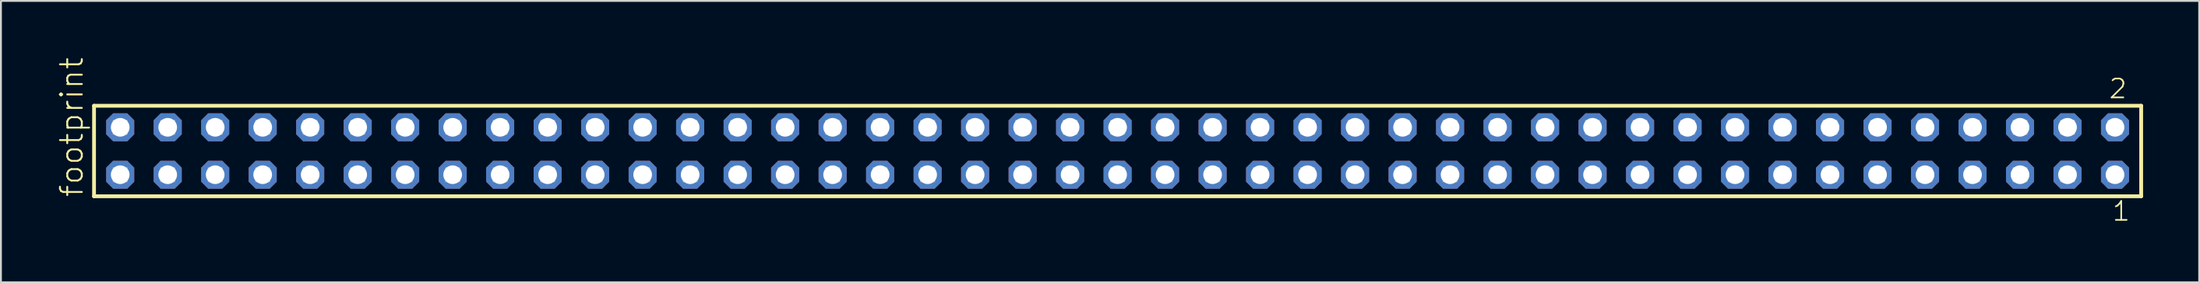
<source format=kicad_pcb>
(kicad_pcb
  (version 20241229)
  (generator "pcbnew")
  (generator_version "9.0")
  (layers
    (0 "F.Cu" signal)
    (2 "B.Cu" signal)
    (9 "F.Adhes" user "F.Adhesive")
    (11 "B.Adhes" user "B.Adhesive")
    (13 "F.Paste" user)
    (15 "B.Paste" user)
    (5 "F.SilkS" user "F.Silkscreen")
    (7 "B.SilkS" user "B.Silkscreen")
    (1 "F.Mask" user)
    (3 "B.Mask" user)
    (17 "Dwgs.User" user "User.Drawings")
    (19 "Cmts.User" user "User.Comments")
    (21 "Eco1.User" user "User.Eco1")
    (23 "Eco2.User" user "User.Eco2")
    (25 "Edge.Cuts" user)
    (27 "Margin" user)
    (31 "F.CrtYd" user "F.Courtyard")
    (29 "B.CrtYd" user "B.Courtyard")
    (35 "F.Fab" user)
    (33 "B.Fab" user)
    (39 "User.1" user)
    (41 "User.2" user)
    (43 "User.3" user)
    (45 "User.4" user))
  (footprint "footprint"
    (layer "F.Cu")
    (at 56.718 5.042)
    (property "Reference" "footprint" (at -55.245 2.54 90) (layer "F.SilkS") (effects (font (size 1.168 1.168) (thickness 0.102)) (justify left bottom)))
    (fp_line (start -54.739 -2.425) (end 54.739 -2.425) (stroke (width 0.203) (type solid)) (layer "F.SilkS"))
    (fp_line (start -54.739 2.425) (end -54.739 -2.425) (stroke (width 0.203) (type solid)) (layer "F.SilkS"))
    (fp_line (start 54.739 -2.425) (end 54.739 2.425) (stroke (width 0.203) (type solid)) (layer "F.SilkS"))
    (fp_line (start 54.739 2.425) (end -54.739 2.425) (stroke (width 0.203) (type solid)) (layer "F.SilkS"))
    (fp_poly (pts (xy -53.69 -0.92) (xy -52.99 -0.92) (xy -52.99 -1.62) (xy -53.69 -1.62)) (stroke (width 0.1) (type solid)) (fill no) (layer "F.Fab"))
    (fp_poly (pts (xy -53.69 1.62) (xy -52.99 1.62) (xy -52.99 0.92) (xy -53.69 0.92)) (stroke (width 0.1) (type solid)) (fill no) (layer "F.Fab"))
    (fp_poly (pts (xy -51.15 -0.92) (xy -50.45 -0.92) (xy -50.45 -1.62) (xy -51.15 -1.62)) (stroke (width 0.1) (type solid)) (fill no) (layer "F.Fab"))
    (fp_poly (pts (xy -51.15 1.62) (xy -50.45 1.62) (xy -50.45 0.92) (xy -51.15 0.92)) (stroke (width 0.1) (type solid)) (fill no) (layer "F.Fab"))
    (fp_poly (pts (xy -48.61 -0.92) (xy -47.91 -0.92) (xy -47.91 -1.62) (xy -48.61 -1.62)) (stroke (width 0.1) (type solid)) (fill no) (layer "F.Fab"))
    (fp_poly (pts (xy -48.61 1.62) (xy -47.91 1.62) (xy -47.91 0.92) (xy -48.61 0.92)) (stroke (width 0.1) (type solid)) (fill no) (layer "F.Fab"))
    (fp_poly (pts (xy -46.07 -0.92) (xy -45.37 -0.92) (xy -45.37 -1.62) (xy -46.07 -1.62)) (stroke (width 0.1) (type solid)) (fill no) (layer "F.Fab"))
    (fp_poly (pts (xy -46.07 1.62) (xy -45.37 1.62) (xy -45.37 0.92) (xy -46.07 0.92)) (stroke (width 0.1) (type solid)) (fill no) (layer "F.Fab"))
    (fp_poly (pts (xy -43.53 -0.92) (xy -42.83 -0.92) (xy -42.83 -1.62) (xy -43.53 -1.62)) (stroke (width 0.1) (type solid)) (fill no) (layer "F.Fab"))
    (fp_poly (pts (xy -43.53 1.62) (xy -42.83 1.62) (xy -42.83 0.92) (xy -43.53 0.92)) (stroke (width 0.1) (type solid)) (fill no) (layer "F.Fab"))
    (fp_poly (pts (xy -40.99 -0.92) (xy -40.29 -0.92) (xy -40.29 -1.62) (xy -40.99 -1.62)) (stroke (width 0.1) (type solid)) (fill no) (layer "F.Fab"))
    (fp_poly (pts (xy -40.99 1.62) (xy -40.29 1.62) (xy -40.29 0.92) (xy -40.99 0.92)) (stroke (width 0.1) (type solid)) (fill no) (layer "F.Fab"))
    (fp_poly (pts (xy -38.45 -0.92) (xy -37.75 -0.92) (xy -37.75 -1.62) (xy -38.45 -1.62)) (stroke (width 0.1) (type solid)) (fill no) (layer "F.Fab"))
    (fp_poly (pts (xy -38.45 1.62) (xy -37.75 1.62) (xy -37.75 0.92) (xy -38.45 0.92)) (stroke (width 0.1) (type solid)) (fill no) (layer "F.Fab"))
    (fp_poly (pts (xy -35.91 -0.92) (xy -35.21 -0.92) (xy -35.21 -1.62) (xy -35.91 -1.62)) (stroke (width 0.1) (type solid)) (fill no) (layer "F.Fab"))
    (fp_poly (pts (xy -35.91 1.62) (xy -35.21 1.62) (xy -35.21 0.92) (xy -35.91 0.92)) (stroke (width 0.1) (type solid)) (fill no) (layer "F.Fab"))
    (fp_poly (pts (xy -33.37 -0.92) (xy -32.67 -0.92) (xy -32.67 -1.62) (xy -33.37 -1.62)) (stroke (width 0.1) (type solid)) (fill no) (layer "F.Fab"))
    (fp_poly (pts (xy -33.37 1.62) (xy -32.67 1.62) (xy -32.67 0.92) (xy -33.37 0.92)) (stroke (width 0.1) (type solid)) (fill no) (layer "F.Fab"))
    (fp_poly (pts (xy -30.83 -0.92) (xy -30.13 -0.92) (xy -30.13 -1.62) (xy -30.83 -1.62)) (stroke (width 0.1) (type solid)) (fill no) (layer "F.Fab"))
    (fp_poly (pts (xy -30.83 1.62) (xy -30.13 1.62) (xy -30.13 0.92) (xy -30.83 0.92)) (stroke (width 0.1) (type solid)) (fill no) (layer "F.Fab"))
    (fp_poly (pts (xy -28.29 -0.92) (xy -27.59 -0.92) (xy -27.59 -1.62) (xy -28.29 -1.62)) (stroke (width 0.1) (type solid)) (fill no) (layer "F.Fab"))
    (fp_poly (pts (xy -28.29 1.62) (xy -27.59 1.62) (xy -27.59 0.92) (xy -28.29 0.92)) (stroke (width 0.1) (type solid)) (fill no) (layer "F.Fab"))
    (fp_poly (pts (xy -25.75 -0.92) (xy -25.05 -0.92) (xy -25.05 -1.62) (xy -25.75 -1.62)) (stroke (width 0.1) (type solid)) (fill no) (layer "F.Fab"))
    (fp_poly (pts (xy -25.75 1.62) (xy -25.05 1.62) (xy -25.05 0.92) (xy -25.75 0.92)) (stroke (width 0.1) (type solid)) (fill no) (layer "F.Fab"))
    (fp_poly (pts (xy -23.21 -0.92) (xy -22.51 -0.92) (xy -22.51 -1.62) (xy -23.21 -1.62)) (stroke (width 0.1) (type solid)) (fill no) (layer "F.Fab"))
    (fp_poly (pts (xy -23.21 1.62) (xy -22.51 1.62) (xy -22.51 0.92) (xy -23.21 0.92)) (stroke (width 0.1) (type solid)) (fill no) (layer "F.Fab"))
    (fp_poly (pts (xy -20.67 -0.92) (xy -19.97 -0.92) (xy -19.97 -1.62) (xy -20.67 -1.62)) (stroke (width 0.1) (type solid)) (fill no) (layer "F.Fab"))
    (fp_poly (pts (xy -20.67 1.62) (xy -19.97 1.62) (xy -19.97 0.92) (xy -20.67 0.92)) (stroke (width 0.1) (type solid)) (fill no) (layer "F.Fab"))
    (fp_poly (pts (xy -18.13 -0.92) (xy -17.43 -0.92) (xy -17.43 -1.62) (xy -18.13 -1.62)) (stroke (width 0.1) (type solid)) (fill no) (layer "F.Fab"))
    (fp_poly (pts (xy -18.13 1.62) (xy -17.43 1.62) (xy -17.43 0.92) (xy -18.13 0.92)) (stroke (width 0.1) (type solid)) (fill no) (layer "F.Fab"))
    (fp_poly (pts (xy -15.59 -0.92) (xy -14.89 -0.92) (xy -14.89 -1.62) (xy -15.59 -1.62)) (stroke (width 0.1) (type solid)) (fill no) (layer "F.Fab"))
    (fp_poly (pts (xy -15.59 1.62) (xy -14.89 1.62) (xy -14.89 0.92) (xy -15.59 0.92)) (stroke (width 0.1) (type solid)) (fill no) (layer "F.Fab"))
    (fp_poly (pts (xy -13.05 -0.92) (xy -12.35 -0.92) (xy -12.35 -1.62) (xy -13.05 -1.62)) (stroke (width 0.1) (type solid)) (fill no) (layer "F.Fab"))
    (fp_poly (pts (xy -13.05 1.62) (xy -12.35 1.62) (xy -12.35 0.92) (xy -13.05 0.92)) (stroke (width 0.1) (type solid)) (fill no) (layer "F.Fab"))
    (fp_poly (pts (xy -10.51 -0.92) (xy -9.81 -0.92) (xy -9.81 -1.62) (xy -10.51 -1.62)) (stroke (width 0.1) (type solid)) (fill no) (layer "F.Fab"))
    (fp_poly (pts (xy -10.51 1.62) (xy -9.81 1.62) (xy -9.81 0.92) (xy -10.51 0.92)) (stroke (width 0.1) (type solid)) (fill no) (layer "F.Fab"))
    (fp_poly (pts (xy -7.97 -0.92) (xy -7.27 -0.92) (xy -7.27 -1.62) (xy -7.97 -1.62)) (stroke (width 0.1) (type solid)) (fill no) (layer "F.Fab"))
    (fp_poly (pts (xy -7.97 1.62) (xy -7.27 1.62) (xy -7.27 0.92) (xy -7.97 0.92)) (stroke (width 0.1) (type solid)) (fill no) (layer "F.Fab"))
    (fp_poly (pts (xy -5.43 -0.92) (xy -4.73 -0.92) (xy -4.73 -1.62) (xy -5.43 -1.62)) (stroke (width 0.1) (type solid)) (fill no) (layer "F.Fab"))
    (fp_poly (pts (xy -5.43 1.62) (xy -4.73 1.62) (xy -4.73 0.92) (xy -5.43 0.92)) (stroke (width 0.1) (type solid)) (fill no) (layer "F.Fab"))
    (fp_poly (pts (xy -2.89 -0.92) (xy -2.19 -0.92) (xy -2.19 -1.62) (xy -2.89 -1.62)) (stroke (width 0.1) (type solid)) (fill no) (layer "F.Fab"))
    (fp_poly (pts (xy -2.89 1.62) (xy -2.19 1.62) (xy -2.19 0.92) (xy -2.89 0.92)) (stroke (width 0.1) (type solid)) (fill no) (layer "F.Fab"))
    (fp_poly (pts (xy -0.35 -0.92) (xy 0.35 -0.92) (xy 0.35 -1.62) (xy -0.35 -1.62)) (stroke (width 0.1) (type solid)) (fill no) (layer "F.Fab"))
    (fp_poly (pts (xy -0.35 1.62) (xy 0.35 1.62) (xy 0.35 0.92) (xy -0.35 0.92)) (stroke (width 0.1) (type solid)) (fill no) (layer "F.Fab"))
    (fp_poly (pts (xy 2.19 -0.92) (xy 2.89 -0.92) (xy 2.89 -1.62) (xy 2.19 -1.62)) (stroke (width 0.1) (type solid)) (fill no) (layer "F.Fab"))
    (fp_poly (pts (xy 2.19 1.62) (xy 2.89 1.62) (xy 2.89 0.92) (xy 2.19 0.92)) (stroke (width 0.1) (type solid)) (fill no) (layer "F.Fab"))
    (fp_poly (pts (xy 4.73 -0.92) (xy 5.43 -0.92) (xy 5.43 -1.62) (xy 4.73 -1.62)) (stroke (width 0.1) (type solid)) (fill no) (layer "F.Fab"))
    (fp_poly (pts (xy 4.73 1.62) (xy 5.43 1.62) (xy 5.43 0.92) (xy 4.73 0.92)) (stroke (width 0.1) (type solid)) (fill no) (layer "F.Fab"))
    (fp_poly (pts (xy 7.27 -0.92) (xy 7.97 -0.92) (xy 7.97 -1.62) (xy 7.27 -1.62)) (stroke (width 0.1) (type solid)) (fill no) (layer "F.Fab"))
    (fp_poly (pts (xy 7.27 1.62) (xy 7.97 1.62) (xy 7.97 0.92) (xy 7.27 0.92)) (stroke (width 0.1) (type solid)) (fill no) (layer "F.Fab"))
    (fp_poly (pts (xy 9.81 -0.92) (xy 10.51 -0.92) (xy 10.51 -1.62) (xy 9.81 -1.62)) (stroke (width 0.1) (type solid)) (fill no) (layer "F.Fab"))
    (fp_poly (pts (xy 9.81 1.62) (xy 10.51 1.62) (xy 10.51 0.92) (xy 9.81 0.92)) (stroke (width 0.1) (type solid)) (fill no) (layer "F.Fab"))
    (fp_poly (pts (xy 12.35 -0.92) (xy 13.05 -0.92) (xy 13.05 -1.62) (xy 12.35 -1.62)) (stroke (width 0.1) (type solid)) (fill no) (layer "F.Fab"))
    (fp_poly (pts (xy 12.35 1.62) (xy 13.05 1.62) (xy 13.05 0.92) (xy 12.35 0.92)) (stroke (width 0.1) (type solid)) (fill no) (layer "F.Fab"))
    (fp_poly (pts (xy 14.89 -0.92) (xy 15.59 -0.92) (xy 15.59 -1.62) (xy 14.89 -1.62)) (stroke (width 0.1) (type solid)) (fill no) (layer "F.Fab"))
    (fp_poly (pts (xy 14.89 1.62) (xy 15.59 1.62) (xy 15.59 0.92) (xy 14.89 0.92)) (stroke (width 0.1) (type solid)) (fill no) (layer "F.Fab"))
    (fp_poly (pts (xy 17.43 -0.92) (xy 18.13 -0.92) (xy 18.13 -1.62) (xy 17.43 -1.62)) (stroke (width 0.1) (type solid)) (fill no) (layer "F.Fab"))
    (fp_poly (pts (xy 17.43 1.62) (xy 18.13 1.62) (xy 18.13 0.92) (xy 17.43 0.92)) (stroke (width 0.1) (type solid)) (fill no) (layer "F.Fab"))
    (fp_poly (pts (xy 19.97 -0.92) (xy 20.67 -0.92) (xy 20.67 -1.62) (xy 19.97 -1.62)) (stroke (width 0.1) (type solid)) (fill no) (layer "F.Fab"))
    (fp_poly (pts (xy 19.97 1.62) (xy 20.67 1.62) (xy 20.67 0.92) (xy 19.97 0.92)) (stroke (width 0.1) (type solid)) (fill no) (layer "F.Fab"))
    (fp_poly (pts (xy 22.51 -0.92) (xy 23.21 -0.92) (xy 23.21 -1.62) (xy 22.51 -1.62)) (stroke (width 0.1) (type solid)) (fill no) (layer "F.Fab"))
    (fp_poly (pts (xy 22.51 1.62) (xy 23.21 1.62) (xy 23.21 0.92) (xy 22.51 0.92)) (stroke (width 0.1) (type solid)) (fill no) (layer "F.Fab"))
    (fp_poly (pts (xy 25.05 -0.92) (xy 25.75 -0.92) (xy 25.75 -1.62) (xy 25.05 -1.62)) (stroke (width 0.1) (type solid)) (fill no) (layer "F.Fab"))
    (fp_poly (pts (xy 25.05 1.62) (xy 25.75 1.62) (xy 25.75 0.92) (xy 25.05 0.92)) (stroke (width 0.1) (type solid)) (fill no) (layer "F.Fab"))
    (fp_poly (pts (xy 27.59 -0.92) (xy 28.29 -0.92) (xy 28.29 -1.62) (xy 27.59 -1.62)) (stroke (width 0.1) (type solid)) (fill no) (layer "F.Fab"))
    (fp_poly (pts (xy 27.59 1.62) (xy 28.29 1.62) (xy 28.29 0.92) (xy 27.59 0.92)) (stroke (width 0.1) (type solid)) (fill no) (layer "F.Fab"))
    (fp_poly (pts (xy 30.13 -0.92) (xy 30.83 -0.92) (xy 30.83 -1.62) (xy 30.13 -1.62)) (stroke (width 0.1) (type solid)) (fill no) (layer "F.Fab"))
    (fp_poly (pts (xy 30.13 1.62) (xy 30.83 1.62) (xy 30.83 0.92) (xy 30.13 0.92)) (stroke (width 0.1) (type solid)) (fill no) (layer "F.Fab"))
    (fp_poly (pts (xy 32.67 -0.92) (xy 33.37 -0.92) (xy 33.37 -1.62) (xy 32.67 -1.62)) (stroke (width 0.1) (type solid)) (fill no) (layer "F.Fab"))
    (fp_poly (pts (xy 32.67 1.62) (xy 33.37 1.62) (xy 33.37 0.92) (xy 32.67 0.92)) (stroke (width 0.1) (type solid)) (fill no) (layer "F.Fab"))
    (fp_poly (pts (xy 35.21 -0.92) (xy 35.91 -0.92) (xy 35.91 -1.62) (xy 35.21 -1.62)) (stroke (width 0.1) (type solid)) (fill no) (layer "F.Fab"))
    (fp_poly (pts (xy 35.21 1.62) (xy 35.91 1.62) (xy 35.91 0.92) (xy 35.21 0.92)) (stroke (width 0.1) (type solid)) (fill no) (layer "F.Fab"))
    (fp_poly (pts (xy 37.75 -0.92) (xy 38.45 -0.92) (xy 38.45 -1.62) (xy 37.75 -1.62)) (stroke (width 0.1) (type solid)) (fill no) (layer "F.Fab"))
    (fp_poly (pts (xy 37.75 1.62) (xy 38.45 1.62) (xy 38.45 0.92) (xy 37.75 0.92)) (stroke (width 0.1) (type solid)) (fill no) (layer "F.Fab"))
    (fp_poly (pts (xy 40.29 -0.92) (xy 40.99 -0.92) (xy 40.99 -1.62) (xy 40.29 -1.62)) (stroke (width 0.1) (type solid)) (fill no) (layer "F.Fab"))
    (fp_poly (pts (xy 40.29 1.62) (xy 40.99 1.62) (xy 40.99 0.92) (xy 40.29 0.92)) (stroke (width 0.1) (type solid)) (fill no) (layer "F.Fab"))
    (fp_poly (pts (xy 42.83 -0.92) (xy 43.53 -0.92) (xy 43.53 -1.62) (xy 42.83 -1.62)) (stroke (width 0.1) (type solid)) (fill no) (layer "F.Fab"))
    (fp_poly (pts (xy 42.83 1.62) (xy 43.53 1.62) (xy 43.53 0.92) (xy 42.83 0.92)) (stroke (width 0.1) (type solid)) (fill no) (layer "F.Fab"))
    (fp_poly (pts (xy 45.37 -0.92) (xy 46.07 -0.92) (xy 46.07 -1.62) (xy 45.37 -1.62)) (stroke (width 0.1) (type solid)) (fill no) (layer "F.Fab"))
    (fp_poly (pts (xy 45.37 1.62) (xy 46.07 1.62) (xy 46.07 0.92) (xy 45.37 0.92)) (stroke (width 0.1) (type solid)) (fill no) (layer "F.Fab"))
    (fp_poly (pts (xy 47.91 -0.92) (xy 48.61 -0.92) (xy 48.61 -1.62) (xy 47.91 -1.62)) (stroke (width 0.1) (type solid)) (fill no) (layer "F.Fab"))
    (fp_poly (pts (xy 47.91 1.62) (xy 48.61 1.62) (xy 48.61 0.92) (xy 47.91 0.92)) (stroke (width 0.1) (type solid)) (fill no) (layer "F.Fab"))
    (fp_poly (pts (xy 50.45 -0.92) (xy 51.15 -0.92) (xy 51.15 -1.62) (xy 50.45 -1.62)) (stroke (width 0.1) (type solid)) (fill no) (layer "F.Fab"))
    (fp_poly (pts (xy 50.45 1.62) (xy 51.15 1.62) (xy 51.15 0.92) (xy 50.45 0.92)) (stroke (width 0.1) (type solid)) (fill no) (layer "F.Fab"))
    (fp_poly (pts (xy 52.99 -0.92) (xy 53.69 -0.92) (xy 53.69 -1.62) (xy 52.99 -1.62)) (stroke (width 0.1) (type solid)) (fill no) (layer "F.Fab"))
    (fp_poly (pts (xy 52.99 1.62) (xy 53.69 1.62) (xy 53.69 0.92) (xy 52.99 0.92)) (stroke (width 0.1) (type solid)) (fill no) (layer "F.Fab"))
    (fp_text user "2" (at 52.957 -2.744 0) (layer "F.SilkS") (effects (font (size 1.012 1.012) (thickness 0.088)) (justify left bottom)))
    (fp_text user "1" (at 53.132 3.818 0) (layer "F.SilkS") (effects (font (size 1.012 1.012) (thickness 0.088)) (justify left bottom)))
    (pad "1" thru_hole roundrect (at 53.34 1.27 180) (size 1.5 1.5) (drill 1) (layers "*.Cu" "*.Mask") (roundrect_rratio 0.25) (chamfer_ratio 0.25) (chamfer top_left top_right bottom_left bottom_right))
    (pad "2" thru_hole roundrect (at 53.34 -1.27 180) (size 1.5 1.5) (drill 1) (layers "*.Cu" "*.Mask") (roundrect_rratio 0.25) (chamfer_ratio 0.25) (chamfer top_left top_right bottom_left bottom_right))
    (pad "3" thru_hole roundrect (at 50.8 1.27 180) (size 1.5 1.5) (drill 1) (layers "*.Cu" "*.Mask") (roundrect_rratio 0.25) (chamfer_ratio 0.25) (chamfer top_left top_right bottom_left bottom_right))
    (pad "4" thru_hole roundrect (at 50.8 -1.27 180) (size 1.5 1.5) (drill 1) (layers "*.Cu" "*.Mask") (roundrect_rratio 0.25) (chamfer_ratio 0.25) (chamfer top_left top_right bottom_left bottom_right))
    (pad "5" thru_hole roundrect (at 48.26 1.27 180) (size 1.5 1.5) (drill 1) (layers "*.Cu" "*.Mask") (roundrect_rratio 0.25) (chamfer_ratio 0.25) (chamfer top_left top_right bottom_left bottom_right))
    (pad "6" thru_hole roundrect (at 48.26 -1.27 180) (size 1.5 1.5) (drill 1) (layers "*.Cu" "*.Mask") (roundrect_rratio 0.25) (chamfer_ratio 0.25) (chamfer top_left top_right bottom_left bottom_right))
    (pad "7" thru_hole roundrect (at 45.72 1.27 180) (size 1.5 1.5) (drill 1) (layers "*.Cu" "*.Mask") (roundrect_rratio 0.25) (chamfer_ratio 0.25) (chamfer top_left top_right bottom_left bottom_right))
    (pad "8" thru_hole roundrect (at 45.72 -1.27 180) (size 1.5 1.5) (drill 1) (layers "*.Cu" "*.Mask") (roundrect_rratio 0.25) (chamfer_ratio 0.25) (chamfer top_left top_right bottom_left bottom_right))
    (pad "9" thru_hole roundrect (at 43.18 1.27 180) (size 1.5 1.5) (drill 1) (layers "*.Cu" "*.Mask") (roundrect_rratio 0.25) (chamfer_ratio 0.25) (chamfer top_left top_right bottom_left bottom_right))
    (pad "10" thru_hole roundrect (at 43.18 -1.27 180) (size 1.5 1.5) (drill 1) (layers "*.Cu" "*.Mask") (roundrect_rratio 0.25) (chamfer_ratio 0.25) (chamfer top_left top_right bottom_left bottom_right))
    (pad "11" thru_hole roundrect (at 40.64 1.27 180) (size 1.5 1.5) (drill 1) (layers "*.Cu" "*.Mask") (roundrect_rratio 0.25) (chamfer_ratio 0.25) (chamfer top_left top_right bottom_left bottom_right))
    (pad "12" thru_hole roundrect (at 40.64 -1.27 180) (size 1.5 1.5) (drill 1) (layers "*.Cu" "*.Mask") (roundrect_rratio 0.25) (chamfer_ratio 0.25) (chamfer top_left top_right bottom_left bottom_right))
    (pad "13" thru_hole roundrect (at 38.1 1.27 180) (size 1.5 1.5) (drill 1) (layers "*.Cu" "*.Mask") (roundrect_rratio 0.25) (chamfer_ratio 0.25) (chamfer top_left top_right bottom_left bottom_right))
    (pad "14" thru_hole roundrect (at 38.1 -1.27 180) (size 1.5 1.5) (drill 1) (layers "*.Cu" "*.Mask") (roundrect_rratio 0.25) (chamfer_ratio 0.25) (chamfer top_left top_right bottom_left bottom_right))
    (pad "15" thru_hole roundrect (at 35.56 1.27 180) (size 1.5 1.5) (drill 1) (layers "*.Cu" "*.Mask") (roundrect_rratio 0.25) (chamfer_ratio 0.25) (chamfer top_left top_right bottom_left bottom_right))
    (pad "16" thru_hole roundrect (at 35.56 -1.27 180) (size 1.5 1.5) (drill 1) (layers "*.Cu" "*.Mask") (roundrect_rratio 0.25) (chamfer_ratio 0.25) (chamfer top_left top_right bottom_left bottom_right))
    (pad "17" thru_hole roundrect (at 33.02 1.27 180) (size 1.5 1.5) (drill 1) (layers "*.Cu" "*.Mask") (roundrect_rratio 0.25) (chamfer_ratio 0.25) (chamfer top_left top_right bottom_left bottom_right))
    (pad "18" thru_hole roundrect (at 33.02 -1.27 180) (size 1.5 1.5) (drill 1) (layers "*.Cu" "*.Mask") (roundrect_rratio 0.25) (chamfer_ratio 0.25) (chamfer top_left top_right bottom_left bottom_right))
    (pad "19" thru_hole roundrect (at 30.48 1.27 180) (size 1.5 1.5) (drill 1) (layers "*.Cu" "*.Mask") (roundrect_rratio 0.25) (chamfer_ratio 0.25) (chamfer top_left top_right bottom_left bottom_right))
    (pad "20" thru_hole roundrect (at 30.48 -1.27 180) (size 1.5 1.5) (drill 1) (layers "*.Cu" "*.Mask") (roundrect_rratio 0.25) (chamfer_ratio 0.25) (chamfer top_left top_right bottom_left bottom_right))
    (pad "21" thru_hole roundrect (at 27.94 1.27 180) (size 1.5 1.5) (drill 1) (layers "*.Cu" "*.Mask") (roundrect_rratio 0.25) (chamfer_ratio 0.25) (chamfer top_left top_right bottom_left bottom_right))
    (pad "22" thru_hole roundrect (at 27.94 -1.27 180) (size 1.5 1.5) (drill 1) (layers "*.Cu" "*.Mask") (roundrect_rratio 0.25) (chamfer_ratio 0.25) (chamfer top_left top_right bottom_left bottom_right))
    (pad "23" thru_hole roundrect (at 25.4 1.27 180) (size 1.5 1.5) (drill 1) (layers "*.Cu" "*.Mask") (roundrect_rratio 0.25) (chamfer_ratio 0.25) (chamfer top_left top_right bottom_left bottom_right))
    (pad "24" thru_hole roundrect (at 25.4 -1.27 180) (size 1.5 1.5) (drill 1) (layers "*.Cu" "*.Mask") (roundrect_rratio 0.25) (chamfer_ratio 0.25) (chamfer top_left top_right bottom_left bottom_right))
    (pad "25" thru_hole roundrect (at 22.86 1.27 180) (size 1.5 1.5) (drill 1) (layers "*.Cu" "*.Mask") (roundrect_rratio 0.25) (chamfer_ratio 0.25) (chamfer top_left top_right bottom_left bottom_right))
    (pad "26" thru_hole roundrect (at 22.86 -1.27 180) (size 1.5 1.5) (drill 1) (layers "*.Cu" "*.Mask") (roundrect_rratio 0.25) (chamfer_ratio 0.25) (chamfer top_left top_right bottom_left bottom_right))
    (pad "27" thru_hole roundrect (at 20.32 1.27 180) (size 1.5 1.5) (drill 1) (layers "*.Cu" "*.Mask") (roundrect_rratio 0.25) (chamfer_ratio 0.25) (chamfer top_left top_right bottom_left bottom_right))
    (pad "28" thru_hole roundrect (at 20.32 -1.27 180) (size 1.5 1.5) (drill 1) (layers "*.Cu" "*.Mask") (roundrect_rratio 0.25) (chamfer_ratio 0.25) (chamfer top_left top_right bottom_left bottom_right))
    (pad "29" thru_hole roundrect (at 17.78 1.27 180) (size 1.5 1.5) (drill 1) (layers "*.Cu" "*.Mask") (roundrect_rratio 0.25) (chamfer_ratio 0.25) (chamfer top_left top_right bottom_left bottom_right))
    (pad "30" thru_hole roundrect (at 17.78 -1.27 180) (size 1.5 1.5) (drill 1) (layers "*.Cu" "*.Mask") (roundrect_rratio 0.25) (chamfer_ratio 0.25) (chamfer top_left top_right bottom_left bottom_right))
    (pad "31" thru_hole roundrect (at 15.24 1.27 180) (size 1.5 1.5) (drill 1) (layers "*.Cu" "*.Mask") (roundrect_rratio 0.25) (chamfer_ratio 0.25) (chamfer top_left top_right bottom_left bottom_right))
    (pad "32" thru_hole roundrect (at 15.24 -1.27 180) (size 1.5 1.5) (drill 1) (layers "*.Cu" "*.Mask") (roundrect_rratio 0.25) (chamfer_ratio 0.25) (chamfer top_left top_right bottom_left bottom_right))
    (pad "33" thru_hole roundrect (at 12.7 1.27 180) (size 1.5 1.5) (drill 1) (layers "*.Cu" "*.Mask") (roundrect_rratio 0.25) (chamfer_ratio 0.25) (chamfer top_left top_right bottom_left bottom_right))
    (pad "34" thru_hole roundrect (at 12.7 -1.27 180) (size 1.5 1.5) (drill 1) (layers "*.Cu" "*.Mask") (roundrect_rratio 0.25) (chamfer_ratio 0.25) (chamfer top_left top_right bottom_left bottom_right))
    (pad "35" thru_hole roundrect (at 10.16 1.27 180) (size 1.5 1.5) (drill 1) (layers "*.Cu" "*.Mask") (roundrect_rratio 0.25) (chamfer_ratio 0.25) (chamfer top_left top_right bottom_left bottom_right))
    (pad "36" thru_hole roundrect (at 10.16 -1.27 180) (size 1.5 1.5) (drill 1) (layers "*.Cu" "*.Mask") (roundrect_rratio 0.25) (chamfer_ratio 0.25) (chamfer top_left top_right bottom_left bottom_right))
    (pad "37" thru_hole roundrect (at 7.62 1.27 180) (size 1.5 1.5) (drill 1) (layers "*.Cu" "*.Mask") (roundrect_rratio 0.25) (chamfer_ratio 0.25) (chamfer top_left top_right bottom_left bottom_right))
    (pad "38" thru_hole roundrect (at 7.62 -1.27 180) (size 1.5 1.5) (drill 1) (layers "*.Cu" "*.Mask") (roundrect_rratio 0.25) (chamfer_ratio 0.25) (chamfer top_left top_right bottom_left bottom_right))
    (pad "39" thru_hole roundrect (at 5.08 1.27 180) (size 1.5 1.5) (drill 1) (layers "*.Cu" "*.Mask") (roundrect_rratio 0.25) (chamfer_ratio 0.25) (chamfer top_left top_right bottom_left bottom_right))
    (pad "40" thru_hole roundrect (at 5.08 -1.27 180) (size 1.5 1.5) (drill 1) (layers "*.Cu" "*.Mask") (roundrect_rratio 0.25) (chamfer_ratio 0.25) (chamfer top_left top_right bottom_left bottom_right))
    (pad "41" thru_hole roundrect (at 2.54 1.27 180) (size 1.5 1.5) (drill 1) (layers "*.Cu" "*.Mask") (roundrect_rratio 0.25) (chamfer_ratio 0.25) (chamfer top_left top_right bottom_left bottom_right))
    (pad "42" thru_hole roundrect (at 2.54 -1.27 180) (size 1.5 1.5) (drill 1) (layers "*.Cu" "*.Mask") (roundrect_rratio 0.25) (chamfer_ratio 0.25) (chamfer top_left top_right bottom_left bottom_right))
    (pad "43" thru_hole roundrect (at 0 1.27 180) (size 1.5 1.5) (drill 1) (layers "*.Cu" "*.Mask") (roundrect_rratio 0.25) (chamfer_ratio 0.25) (chamfer top_left top_right bottom_left bottom_right))
    (pad "44" thru_hole roundrect (at 0 -1.27 180) (size 1.5 1.5) (drill 1) (layers "*.Cu" "*.Mask") (roundrect_rratio 0.25) (chamfer_ratio 0.25) (chamfer top_left top_right bottom_left bottom_right))
    (pad "45" thru_hole roundrect (at -2.54 1.27 180) (size 1.5 1.5) (drill 1) (layers "*.Cu" "*.Mask") (roundrect_rratio 0.25) (chamfer_ratio 0.25) (chamfer top_left top_right bottom_left bottom_right))
    (pad "46" thru_hole roundrect (at -2.54 -1.27 180) (size 1.5 1.5) (drill 1) (layers "*.Cu" "*.Mask") (roundrect_rratio 0.25) (chamfer_ratio 0.25) (chamfer top_left top_right bottom_left bottom_right))
    (pad "47" thru_hole roundrect (at -5.08 1.27 180) (size 1.5 1.5) (drill 1) (layers "*.Cu" "*.Mask") (roundrect_rratio 0.25) (chamfer_ratio 0.25) (chamfer top_left top_right bottom_left bottom_right))
    (pad "48" thru_hole roundrect (at -5.08 -1.27 180) (size 1.5 1.5) (drill 1) (layers "*.Cu" "*.Mask") (roundrect_rratio 0.25) (chamfer_ratio 0.25) (chamfer top_left top_right bottom_left bottom_right))
    (pad "49" thru_hole roundrect (at -7.62 1.27 180) (size 1.5 1.5) (drill 1) (layers "*.Cu" "*.Mask") (roundrect_rratio 0.25) (chamfer_ratio 0.25) (chamfer top_left top_right bottom_left bottom_right))
    (pad "50" thru_hole roundrect (at -7.62 -1.27 180) (size 1.5 1.5) (drill 1) (layers "*.Cu" "*.Mask") (roundrect_rratio 0.25) (chamfer_ratio 0.25) (chamfer top_left top_right bottom_left bottom_right))
    (pad "51" thru_hole roundrect (at -10.16 1.27 180) (size 1.5 1.5) (drill 1) (layers "*.Cu" "*.Mask") (roundrect_rratio 0.25) (chamfer_ratio 0.25) (chamfer top_left top_right bottom_left bottom_right))
    (pad "52" thru_hole roundrect (at -10.16 -1.27 180) (size 1.5 1.5) (drill 1) (layers "*.Cu" "*.Mask") (roundrect_rratio 0.25) (chamfer_ratio 0.25) (chamfer top_left top_right bottom_left bottom_right))
    (pad "53" thru_hole roundrect (at -12.7 1.27 180) (size 1.5 1.5) (drill 1) (layers "*.Cu" "*.Mask") (roundrect_rratio 0.25) (chamfer_ratio 0.25) (chamfer top_left top_right bottom_left bottom_right))
    (pad "54" thru_hole roundrect (at -12.7 -1.27 180) (size 1.5 1.5) (drill 1) (layers "*.Cu" "*.Mask") (roundrect_rratio 0.25) (chamfer_ratio 0.25) (chamfer top_left top_right bottom_left bottom_right))
    (pad "55" thru_hole roundrect (at -15.24 1.27 180) (size 1.5 1.5) (drill 1) (layers "*.Cu" "*.Mask") (roundrect_rratio 0.25) (chamfer_ratio 0.25) (chamfer top_left top_right bottom_left bottom_right))
    (pad "56" thru_hole roundrect (at -15.24 -1.27 180) (size 1.5 1.5) (drill 1) (layers "*.Cu" "*.Mask") (roundrect_rratio 0.25) (chamfer_ratio 0.25) (chamfer top_left top_right bottom_left bottom_right))
    (pad "57" thru_hole roundrect (at -17.78 1.27 180) (size 1.5 1.5) (drill 1) (layers "*.Cu" "*.Mask") (roundrect_rratio 0.25) (chamfer_ratio 0.25) (chamfer top_left top_right bottom_left bottom_right))
    (pad "58" thru_hole roundrect (at -17.78 -1.27 180) (size 1.5 1.5) (drill 1) (layers "*.Cu" "*.Mask") (roundrect_rratio 0.25) (chamfer_ratio 0.25) (chamfer top_left top_right bottom_left bottom_right))
    (pad "59" thru_hole roundrect (at -20.32 1.27 180) (size 1.5 1.5) (drill 1) (layers "*.Cu" "*.Mask") (roundrect_rratio 0.25) (chamfer_ratio 0.25) (chamfer top_left top_right bottom_left bottom_right))
    (pad "60" thru_hole roundrect (at -20.32 -1.27 180) (size 1.5 1.5) (drill 1) (layers "*.Cu" "*.Mask") (roundrect_rratio 0.25) (chamfer_ratio 0.25) (chamfer top_left top_right bottom_left bottom_right))
    (pad "61" thru_hole roundrect (at -22.86 1.27 180) (size 1.5 1.5) (drill 1) (layers "*.Cu" "*.Mask") (roundrect_rratio 0.25) (chamfer_ratio 0.25) (chamfer top_left top_right bottom_left bottom_right))
    (pad "62" thru_hole roundrect (at -22.86 -1.27 180) (size 1.5 1.5) (drill 1) (layers "*.Cu" "*.Mask") (roundrect_rratio 0.25) (chamfer_ratio 0.25) (chamfer top_left top_right bottom_left bottom_right))
    (pad "63" thru_hole roundrect (at -25.4 1.27 180) (size 1.5 1.5) (drill 1) (layers "*.Cu" "*.Mask") (roundrect_rratio 0.25) (chamfer_ratio 0.25) (chamfer top_left top_right bottom_left bottom_right))
    (pad "64" thru_hole roundrect (at -25.4 -1.27 180) (size 1.5 1.5) (drill 1) (layers "*.Cu" "*.Mask") (roundrect_rratio 0.25) (chamfer_ratio 0.25) (chamfer top_left top_right bottom_left bottom_right))
    (pad "65" thru_hole roundrect (at -27.94 1.27 180) (size 1.5 1.5) (drill 1) (layers "*.Cu" "*.Mask") (roundrect_rratio 0.25) (chamfer_ratio 0.25) (chamfer top_left top_right bottom_left bottom_right))
    (pad "66" thru_hole roundrect (at -27.94 -1.27 180) (size 1.5 1.5) (drill 1) (layers "*.Cu" "*.Mask") (roundrect_rratio 0.25) (chamfer_ratio 0.25) (chamfer top_left top_right bottom_left bottom_right))
    (pad "67" thru_hole roundrect (at -30.48 1.27 180) (size 1.5 1.5) (drill 1) (layers "*.Cu" "*.Mask") (roundrect_rratio 0.25) (chamfer_ratio 0.25) (chamfer top_left top_right bottom_left bottom_right))
    (pad "68" thru_hole roundrect (at -30.48 -1.27 180) (size 1.5 1.5) (drill 1) (layers "*.Cu" "*.Mask") (roundrect_rratio 0.25) (chamfer_ratio 0.25) (chamfer top_left top_right bottom_left bottom_right))
    (pad "69" thru_hole roundrect (at -33.02 1.27 180) (size 1.5 1.5) (drill 1) (layers "*.Cu" "*.Mask") (roundrect_rratio 0.25) (chamfer_ratio 0.25) (chamfer top_left top_right bottom_left bottom_right))
    (pad "70" thru_hole roundrect (at -33.02 -1.27 180) (size 1.5 1.5) (drill 1) (layers "*.Cu" "*.Mask") (roundrect_rratio 0.25) (chamfer_ratio 0.25) (chamfer top_left top_right bottom_left bottom_right))
    (pad "71" thru_hole roundrect (at -35.56 1.27 180) (size 1.5 1.5) (drill 1) (layers "*.Cu" "*.Mask") (roundrect_rratio 0.25) (chamfer_ratio 0.25) (chamfer top_left top_right bottom_left bottom_right))
    (pad "72" thru_hole roundrect (at -35.56 -1.27 180) (size 1.5 1.5) (drill 1) (layers "*.Cu" "*.Mask") (roundrect_rratio 0.25) (chamfer_ratio 0.25) (chamfer top_left top_right bottom_left bottom_right))
    (pad "73" thru_hole roundrect (at -38.1 1.27 180) (size 1.5 1.5) (drill 1) (layers "*.Cu" "*.Mask") (roundrect_rratio 0.25) (chamfer_ratio 0.25) (chamfer top_left top_right bottom_left bottom_right))
    (pad "74" thru_hole roundrect (at -38.1 -1.27 180) (size 1.5 1.5) (drill 1) (layers "*.Cu" "*.Mask") (roundrect_rratio 0.25) (chamfer_ratio 0.25) (chamfer top_left top_right bottom_left bottom_right))
    (pad "75" thru_hole roundrect (at -40.64 1.27 180) (size 1.5 1.5) (drill 1) (layers "*.Cu" "*.Mask") (roundrect_rratio 0.25) (chamfer_ratio 0.25) (chamfer top_left top_right bottom_left bottom_right))
    (pad "76" thru_hole roundrect (at -40.64 -1.27 180) (size 1.5 1.5) (drill 1) (layers "*.Cu" "*.Mask") (roundrect_rratio 0.25) (chamfer_ratio 0.25) (chamfer top_left top_right bottom_left bottom_right))
    (pad "77" thru_hole roundrect (at -43.18 1.27 180) (size 1.5 1.5) (drill 1) (layers "*.Cu" "*.Mask") (roundrect_rratio 0.25) (chamfer_ratio 0.25) (chamfer top_left top_right bottom_left bottom_right))
    (pad "78" thru_hole roundrect (at -43.18 -1.27 180) (size 1.5 1.5) (drill 1) (layers "*.Cu" "*.Mask") (roundrect_rratio 0.25) (chamfer_ratio 0.25) (chamfer top_left top_right bottom_left bottom_right))
    (pad "79" thru_hole roundrect (at -45.72 1.27 180) (size 1.5 1.5) (drill 1) (layers "*.Cu" "*.Mask") (roundrect_rratio 0.25) (chamfer_ratio 0.25) (chamfer top_left top_right bottom_left bottom_right))
    (pad "80" thru_hole roundrect (at -45.72 -1.27 180) (size 1.5 1.5) (drill 1) (layers "*.Cu" "*.Mask") (roundrect_rratio 0.25) (chamfer_ratio 0.25) (chamfer top_left top_right bottom_left bottom_right))
    (pad "81" thru_hole roundrect (at -48.26 1.27 180) (size 1.5 1.5) (drill 1) (layers "*.Cu" "*.Mask") (roundrect_rratio 0.25) (chamfer_ratio 0.25) (chamfer top_left top_right bottom_left bottom_right))
    (pad "82" thru_hole roundrect (at -48.26 -1.27 180) (size 1.5 1.5) (drill 1) (layers "*.Cu" "*.Mask") (roundrect_rratio 0.25) (chamfer_ratio 0.25) (chamfer top_left top_right bottom_left bottom_right))
    (pad "83" thru_hole roundrect (at -50.8 1.27 180) (size 1.5 1.5) (drill 1) (layers "*.Cu" "*.Mask") (roundrect_rratio 0.25) (chamfer_ratio 0.25) (chamfer top_left top_right bottom_left bottom_right))
    (pad "84" thru_hole roundrect (at -50.8 -1.27 180) (size 1.5 1.5) (drill 1) (layers "*.Cu" "*.Mask") (roundrect_rratio 0.25) (chamfer_ratio 0.25) (chamfer top_left top_right bottom_left bottom_right))
    (pad "85" thru_hole roundrect (at -53.34 1.27 180) (size 1.5 1.5) (drill 1) (layers "*.Cu" "*.Mask") (roundrect_rratio 0.25) (chamfer_ratio 0.25) (chamfer top_left top_right bottom_left bottom_right))
    (pad "86" thru_hole roundrect (at -53.34 -1.27 180) (size 1.5 1.5) (drill 1) (layers "*.Cu" "*.Mask") (roundrect_rratio 0.25) (chamfer_ratio 0.25) (chamfer top_left top_right bottom_left bottom_right)))
  (gr_rect
    (start -3 -3)
    (end 114.559 12.077)
    (stroke (width 0.1) (type default))
    (fill no)
    (layer "Edge.Cuts")))
</source>
